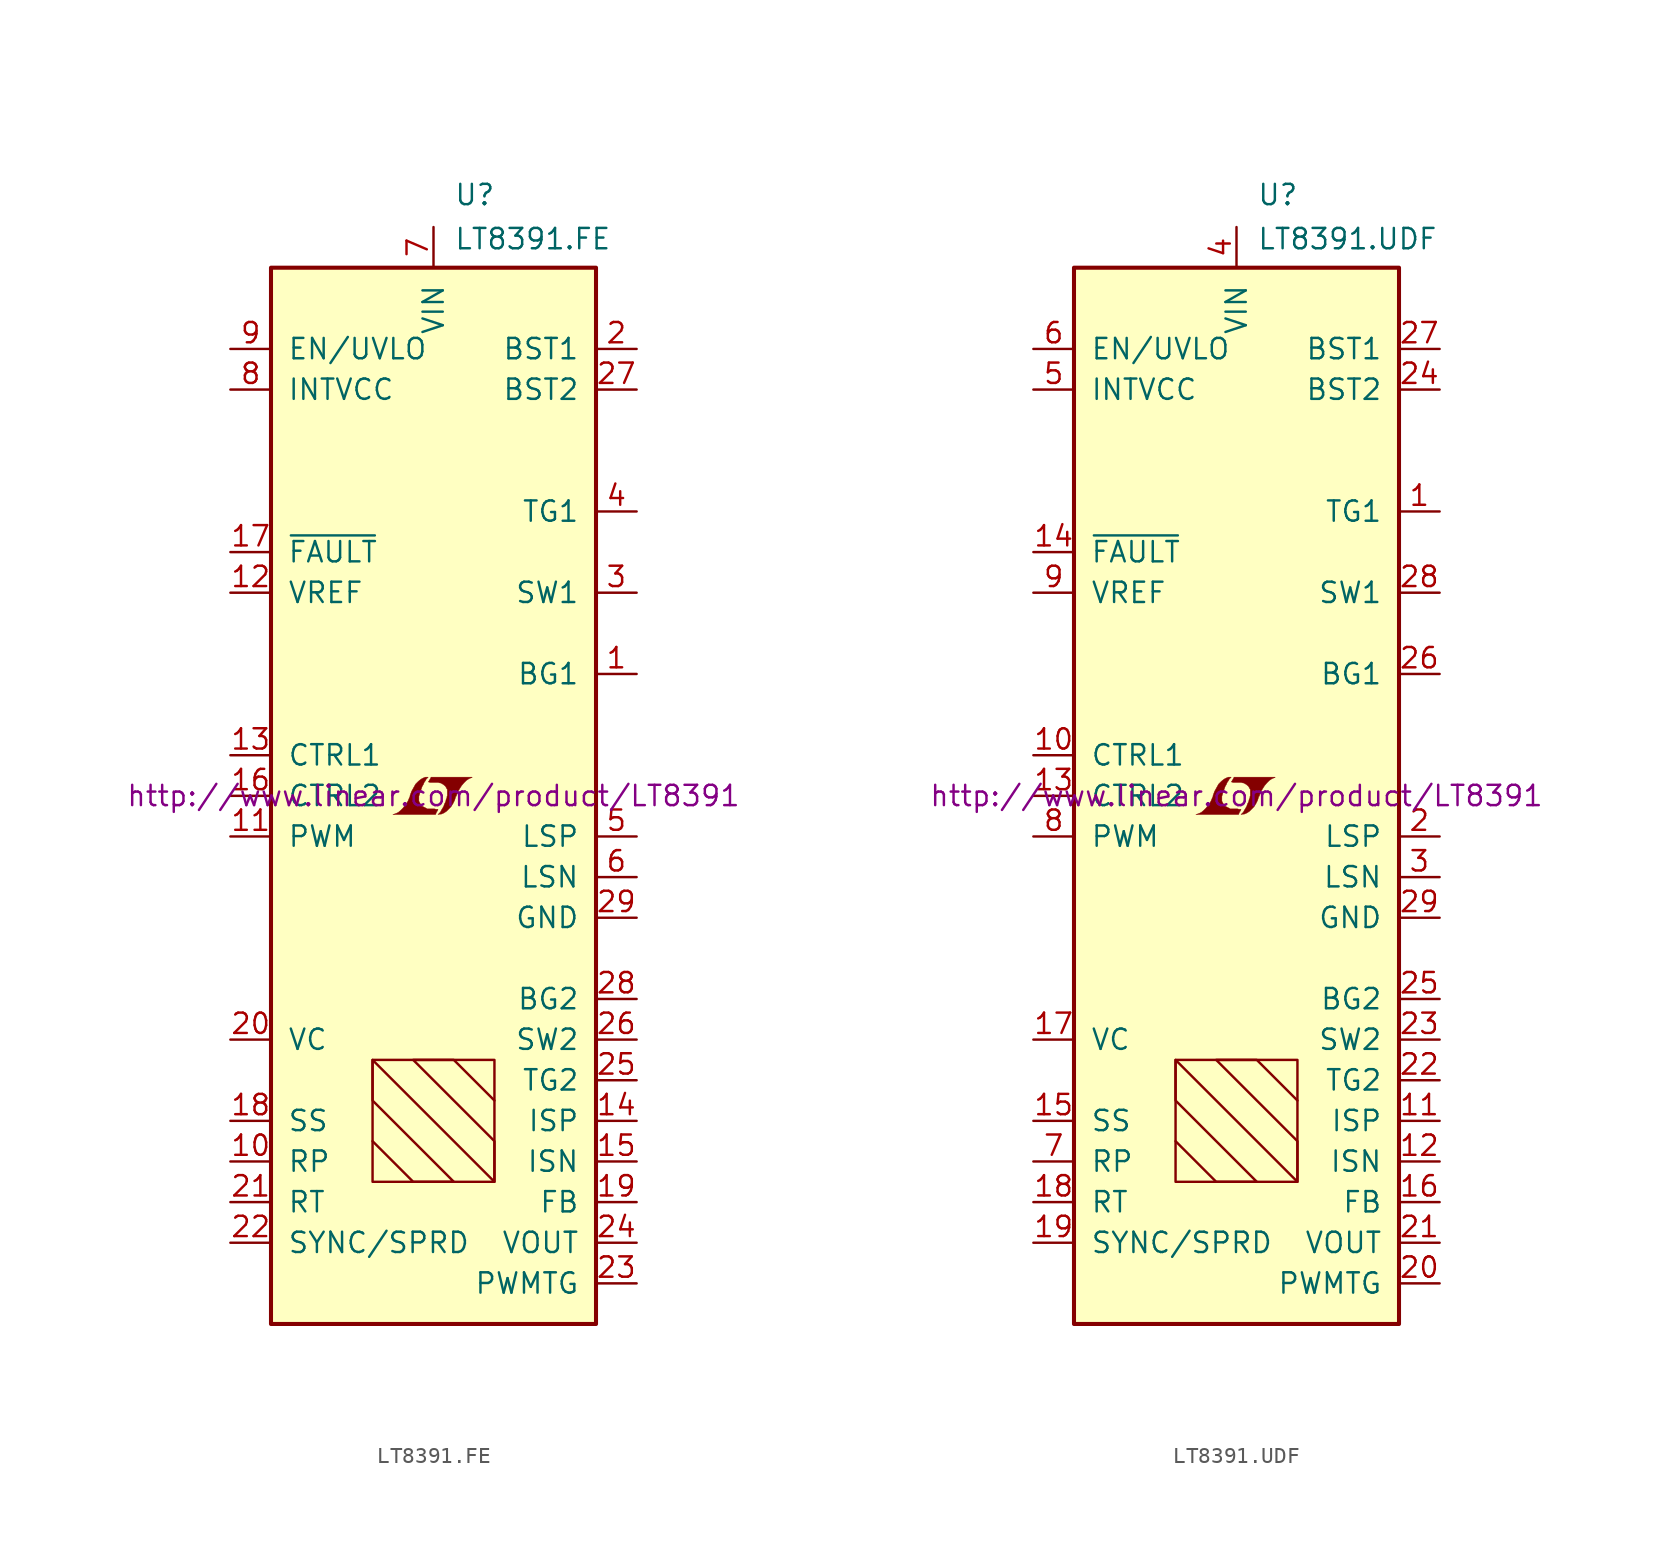
<source format=kicad_sym>
(kicad_symbol_lib
  (version 20201005)
  (generator kicad_symbol_editor)
  (symbol "LT8391.FE"
    (pin_names
      (offset 1.016))
    (property "Reference" "U"
      (at 1.27 36.83 0)
      (effects (font (size 1.27 1.27)) (justify left bottom)))
    (property "Value" "LT8391.FE"
      (at 1.27 35.56 0)
      (effects (font (size 1.27 1.27)) (justify left top)))
    (property "Datasheet" "http://www.linear.com/product/LT8391"
      (at 0 0 0)
      (effects (font (size 1.27 1.27))))
    (symbol "LT8391.FE_0_0"
      (polyline (pts (xy 0.203 -0.991) (xy 0.229 -0.965) (xy 0.279 -0.864) (xy 0.279 -0.838) (xy 0.152 -0.838) (xy 0.051 -0.813) (xy -0.406 -0.813) (xy -0.432 -0.787) (xy -0.686 -0.66) (xy -0.787 -0.559) (xy -0.864 -0.432) (xy -0.914 -0.33) (xy -0.914 -0.025) (xy -0.864 0.127) (xy -0.838 0.229) (xy -0.813 0.305) (xy -0.762 0.432) (xy -0.711 0.584) (xy -0.635 0.711) (xy -0.584 0.838) (xy -0.508 0.94) (xy -0.457 1.041) (xy -0.33 1.168) (xy -0.508 1.168) (xy -0.635 1.118) (xy -0.737 1.067) (xy -0.813 1.016) (xy -0.94 0.914) (xy -1.118 0.737) (xy -1.372 0.279) (xy -1.473 0) (xy -1.473 -0.051) (xy -1.524 -0.152) (xy -1.575 -0.279) (xy -1.626 -0.381) (xy -1.753 -0.559) (xy -1.905 -0.762) (xy -2.057 -0.914) (xy -2.21 -1.041) (xy -2.388 -1.118) (xy -2.54 -1.168) (xy 0.127 -1.168) (xy 0.203 -0.991)) (stroke (width 0.025)) (fill (type outline)))
      (polyline (pts (xy 0.406 -1.143) (xy 0.483 -1.143) (xy 0.66 -1.067) (xy 0.813 -0.965) (xy 1.092 -0.686) (xy 1.219 -0.483) (xy 1.321 -0.279) (xy 1.397 -0.025) (xy 1.422 -0.025) (xy 1.499 0.229) (xy 1.753 0.635) (xy 1.905 0.813) (xy 2.057 0.965) (xy 2.21 1.067) (xy 2.388 1.143) (xy 2.413 1.143) (xy 2.413 1.168) (xy -0.152 1.168) (xy -0.229 1.016) (xy -0.254 0.991) (xy -0.305 0.889) (xy -0.33 0.864) (xy -0.279 0.864) (xy -0.229 0.838) (xy 0.305 0.838) (xy 0.356 0.813) (xy 0.406 0.813) (xy 0.483 0.787) (xy 0.61 0.711) (xy 0.737 0.61) (xy 0.813 0.483) (xy 0.838 0.432) (xy 0.864 0.406) (xy 0.864 0) (xy 0.838 -0.051) (xy 0.838 -0.127) (xy 0.787 -0.229) (xy 0.762 -0.356) (xy 0.686 -0.508) (xy 0.635 -0.66) (xy 0.483 -0.914) (xy 0.432 -1.016) (xy 0.279 -1.168) (xy 0.406 -1.143)) (stroke (width 0.025)) (fill (type outline))))
    (symbol "LT8391.FE_0_1"
      (rectangle (start -10.16 33.02) (end 10.16 -33.02) (stroke (width 0.254)) (fill (type background)))
      (rectangle (start -3.81 -16.51) (end 3.81 -24.13) (stroke (width 0)) (fill (type none)))
      (polyline (pts (xy -3.81 -21.59) (xy -1.27 -24.13) (xy 1.27 -24.13) (xy -3.81 -19.05) (xy -3.81 -16.51) (xy 3.81 -24.13) (xy 3.81 -21.59) (xy -1.27 -16.51) (xy 1.27 -16.51) (xy 3.81 -19.05)) (stroke (width 0)) (fill (type none))))
    (symbol "LT8391.FE_1_1"
      (pin output line (at 12.7 7.62 180) (length 2.54) (name "BG1" (effects (font (size 1.27 1.27)))) (number "1" (effects (font (size 1.27 1.27)))))
      (pin input line (at -12.7 -22.86 0) (length 2.54) (name "RP" (effects (font (size 1.27 1.27)))) (number "10" (effects (font (size 1.27 1.27)))))
      (pin input line (at -12.7 -2.54 0) (length 2.54) (name "PWM" (effects (font (size 1.27 1.27)))) (number "11" (effects (font (size 1.27 1.27)))))
      (pin passive line (at -12.7 12.7 0) (length 2.54) (name "VREF" (effects (font (size 1.27 1.27)))) (number "12" (effects (font (size 1.27 1.27)))))
      (pin input line (at -12.7 2.54 0) (length 2.54) (name "CTRL1" (effects (font (size 1.27 1.27)))) (number "13" (effects (font (size 1.27 1.27)))))
      (pin passive line (at 12.7 -20.32 180) (length 2.54) (name "ISP" (effects (font (size 1.27 1.27)))) (number "14" (effects (font (size 1.27 1.27)))))
      (pin passive line (at 12.7 -22.86 180) (length 2.54) (name "ISN" (effects (font (size 1.27 1.27)))) (number "15" (effects (font (size 1.27 1.27)))))
      (pin input line (at -12.7 0 0) (length 2.54) (name "CTRL2" (effects (font (size 1.27 1.27)))) (number "16" (effects (font (size 1.27 1.27)))))
      (pin open_collector line (at -12.7 15.24 0) (length 2.54) (name "~FAULT~" (effects (font (size 1.27 1.27)))) (number "17" (effects (font (size 1.27 1.27)))))
      (pin passive line (at -12.7 -20.32 0) (length 2.54) (name "SS" (effects (font (size 1.27 1.27)))) (number "18" (effects (font (size 1.27 1.27)))))
      (pin input line (at 12.7 -25.4 180) (length 2.54) (name "FB" (effects (font (size 1.27 1.27)))) (number "19" (effects (font (size 1.27 1.27)))))
      (pin passive line (at 12.7 27.94 180) (length 2.54) (name "BST1" (effects (font (size 1.27 1.27)))) (number "2" (effects (font (size 1.27 1.27)))))
      (pin passive line (at -12.7 -15.24 0) (length 2.54) (name "VC" (effects (font (size 1.27 1.27)))) (number "20" (effects (font (size 1.27 1.27)))))
      (pin passive line (at -12.7 -25.4 0) (length 2.54) (name "RT" (effects (font (size 1.27 1.27)))) (number "21" (effects (font (size 1.27 1.27)))))
      (pin input line (at -12.7 -27.94 0) (length 2.54) (name "SYNC/SPRD" (effects (font (size 1.27 1.27)))) (number "22" (effects (font (size 1.27 1.27)))))
      (pin output line (at 12.7 -30.48 180) (length 2.54) (name "PWMTG" (effects (font (size 1.27 1.27)))) (number "23" (effects (font (size 1.27 1.27)))))
      (pin input line (at 12.7 -27.94 180) (length 2.54) (name "VOUT" (effects (font (size 1.27 1.27)))) (number "24" (effects (font (size 1.27 1.27)))))
      (pin output line (at 12.7 -17.78 180) (length 2.54) (name "TG2" (effects (font (size 1.27 1.27)))) (number "25" (effects (font (size 1.27 1.27)))))
      (pin passive line (at 12.7 -15.24 180) (length 2.54) (name "SW2" (effects (font (size 1.27 1.27)))) (number "26" (effects (font (size 1.27 1.27)))))
      (pin passive line (at 12.7 25.4 180) (length 2.54) (name "BST2" (effects (font (size 1.27 1.27)))) (number "27" (effects (font (size 1.27 1.27)))))
      (pin output line (at 12.7 -12.7 180) (length 2.54) (name "BG2" (effects (font (size 1.27 1.27)))) (number "28" (effects (font (size 1.27 1.27)))))
      (pin power_in line (at 12.7 -7.62 180) (length 2.54) (name "GND" (effects (font (size 1.27 1.27)))) (number "29" (effects (font (size 1.27 1.27)))))
      (pin passive line (at 12.7 12.7 180) (length 2.54) (name "SW1" (effects (font (size 1.27 1.27)))) (number "3" (effects (font (size 1.27 1.27)))))
      (pin output line (at 12.7 17.78 180) (length 2.54) (name "TG1" (effects (font (size 1.27 1.27)))) (number "4" (effects (font (size 1.27 1.27)))))
      (pin passive line (at 12.7 -2.54 180) (length 2.54) (name "LSP" (effects (font (size 1.27 1.27)))) (number "5" (effects (font (size 1.27 1.27)))))
      (pin passive line (at 12.7 -5.08 180) (length 2.54) (name "LSN" (effects (font (size 1.27 1.27)))) (number "6" (effects (font (size 1.27 1.27)))))
      (pin power_in line (at 0 35.56 270) (length 2.54) (name "VIN" (effects (font (size 1.27 1.27)))) (number "7" (effects (font (size 1.27 1.27)))))
      (pin power_out line (at -12.7 25.4 0) (length 2.54) (name "INTVCC" (effects (font (size 1.27 1.27)))) (number "8" (effects (font (size 1.27 1.27)))))
      (pin input line (at -12.7 27.94 0) (length 2.54) (name "EN/UVLO" (effects (font (size 1.27 1.27)))) (number "9" (effects (font (size 1.27 1.27)))))))
  (symbol "LT8391.UDF"
    (pin_names
      (offset 1.016))
    (property "Reference" "U"
      (at 1.27 36.83 0)
      (effects (font (size 1.27 1.27)) (justify left bottom)))
    (property "Value" "LT8391.UDF"
      (at 1.27 35.56 0)
      (effects (font (size 1.27 1.27)) (justify left top)))
    (property "Datasheet" "http://www.linear.com/product/LT8391"
      (at 0 0 0)
      (effects (font (size 1.27 1.27))))
    (symbol "LT8391.UDF_0_0"
      (polyline (pts (xy 0.203 -0.991) (xy 0.229 -0.965) (xy 0.279 -0.864) (xy 0.279 -0.838) (xy 0.152 -0.838) (xy 0.051 -0.813) (xy -0.406 -0.813) (xy -0.432 -0.787) (xy -0.686 -0.66) (xy -0.787 -0.559) (xy -0.864 -0.432) (xy -0.914 -0.33) (xy -0.914 -0.025) (xy -0.864 0.127) (xy -0.838 0.229) (xy -0.813 0.305) (xy -0.762 0.432) (xy -0.711 0.584) (xy -0.635 0.711) (xy -0.584 0.838) (xy -0.508 0.94) (xy -0.457 1.041) (xy -0.33 1.168) (xy -0.508 1.168) (xy -0.635 1.118) (xy -0.737 1.067) (xy -0.813 1.016) (xy -0.94 0.914) (xy -1.118 0.737) (xy -1.372 0.279) (xy -1.473 0) (xy -1.473 -0.051) (xy -1.524 -0.152) (xy -1.575 -0.279) (xy -1.626 -0.381) (xy -1.753 -0.559) (xy -1.905 -0.762) (xy -2.057 -0.914) (xy -2.21 -1.041) (xy -2.388 -1.118) (xy -2.54 -1.168) (xy 0.127 -1.168) (xy 0.203 -0.991)) (stroke (width 0.025)) (fill (type outline)))
      (polyline (pts (xy 0.406 -1.143) (xy 0.483 -1.143) (xy 0.66 -1.067) (xy 0.813 -0.965) (xy 1.092 -0.686) (xy 1.219 -0.483) (xy 1.321 -0.279) (xy 1.397 -0.025) (xy 1.422 -0.025) (xy 1.499 0.229) (xy 1.753 0.635) (xy 1.905 0.813) (xy 2.057 0.965) (xy 2.21 1.067) (xy 2.388 1.143) (xy 2.413 1.143) (xy 2.413 1.168) (xy -0.152 1.168) (xy -0.229 1.016) (xy -0.254 0.991) (xy -0.305 0.889) (xy -0.33 0.864) (xy -0.279 0.864) (xy -0.229 0.838) (xy 0.305 0.838) (xy 0.356 0.813) (xy 0.406 0.813) (xy 0.483 0.787) (xy 0.61 0.711) (xy 0.737 0.61) (xy 0.813 0.483) (xy 0.838 0.432) (xy 0.864 0.406) (xy 0.864 0) (xy 0.838 -0.051) (xy 0.838 -0.127) (xy 0.787 -0.229) (xy 0.762 -0.356) (xy 0.686 -0.508) (xy 0.635 -0.66) (xy 0.483 -0.914) (xy 0.432 -1.016) (xy 0.279 -1.168) (xy 0.406 -1.143)) (stroke (width 0.025)) (fill (type outline))))
    (symbol "LT8391.UDF_0_1"
      (rectangle (start -10.16 33.02) (end 10.16 -33.02) (stroke (width 0.254)) (fill (type background)))
      (rectangle (start -3.81 -16.51) (end 3.81 -24.13) (stroke (width 0)) (fill (type none)))
      (polyline (pts (xy -3.81 -21.59) (xy -1.27 -24.13) (xy 1.27 -24.13) (xy -3.81 -19.05) (xy -3.81 -16.51) (xy 3.81 -24.13) (xy 3.81 -21.59) (xy -1.27 -16.51) (xy 1.27 -16.51) (xy 3.81 -19.05)) (stroke (width 0)) (fill (type none))))
    (symbol "LT8391.UDF_1_1"
      (pin output line (at 12.7 17.78 180) (length 2.54) (name "TG1" (effects (font (size 1.27 1.27)))) (number "1" (effects (font (size 1.27 1.27)))))
      (pin input line (at -12.7 2.54 0) (length 2.54) (name "CTRL1" (effects (font (size 1.27 1.27)))) (number "10" (effects (font (size 1.27 1.27)))))
      (pin passive line (at 12.7 -20.32 180) (length 2.54) (name "ISP" (effects (font (size 1.27 1.27)))) (number "11" (effects (font (size 1.27 1.27)))))
      (pin passive line (at 12.7 -22.86 180) (length 2.54) (name "ISN" (effects (font (size 1.27 1.27)))) (number "12" (effects (font (size 1.27 1.27)))))
      (pin input line (at -12.7 0 0) (length 2.54) (name "CTRL2" (effects (font (size 1.27 1.27)))) (number "13" (effects (font (size 1.27 1.27)))))
      (pin open_collector line (at -12.7 15.24 0) (length 2.54) (name "~FAULT~" (effects (font (size 1.27 1.27)))) (number "14" (effects (font (size 1.27 1.27)))))
      (pin passive line (at -12.7 -20.32 0) (length 2.54) (name "SS" (effects (font (size 1.27 1.27)))) (number "15" (effects (font (size 1.27 1.27)))))
      (pin input line (at 12.7 -25.4 180) (length 2.54) (name "FB" (effects (font (size 1.27 1.27)))) (number "16" (effects (font (size 1.27 1.27)))))
      (pin passive line (at -12.7 -15.24 0) (length 2.54) (name "VC" (effects (font (size 1.27 1.27)))) (number "17" (effects (font (size 1.27 1.27)))))
      (pin passive line (at -12.7 -25.4 0) (length 2.54) (name "RT" (effects (font (size 1.27 1.27)))) (number "18" (effects (font (size 1.27 1.27)))))
      (pin input line (at -12.7 -27.94 0) (length 2.54) (name "SYNC/SPRD" (effects (font (size 1.27 1.27)))) (number "19" (effects (font (size 1.27 1.27)))))
      (pin passive line (at 12.7 -2.54 180) (length 2.54) (name "LSP" (effects (font (size 1.27 1.27)))) (number "2" (effects (font (size 1.27 1.27)))))
      (pin output line (at 12.7 -30.48 180) (length 2.54) (name "PWMTG" (effects (font (size 1.27 1.27)))) (number "20" (effects (font (size 1.27 1.27)))))
      (pin input line (at 12.7 -27.94 180) (length 2.54) (name "VOUT" (effects (font (size 1.27 1.27)))) (number "21" (effects (font (size 1.27 1.27)))))
      (pin output line (at 12.7 -17.78 180) (length 2.54) (name "TG2" (effects (font (size 1.27 1.27)))) (number "22" (effects (font (size 1.27 1.27)))))
      (pin passive line (at 12.7 -15.24 180) (length 2.54) (name "SW2" (effects (font (size 1.27 1.27)))) (number "23" (effects (font (size 1.27 1.27)))))
      (pin passive line (at 12.7 25.4 180) (length 2.54) (name "BST2" (effects (font (size 1.27 1.27)))) (number "24" (effects (font (size 1.27 1.27)))))
      (pin output line (at 12.7 -12.7 180) (length 2.54) (name "BG2" (effects (font (size 1.27 1.27)))) (number "25" (effects (font (size 1.27 1.27)))))
      (pin output line (at 12.7 7.62 180) (length 2.54) (name "BG1" (effects (font (size 1.27 1.27)))) (number "26" (effects (font (size 1.27 1.27)))))
      (pin passive line (at 12.7 27.94 180) (length 2.54) (name "BST1" (effects (font (size 1.27 1.27)))) (number "27" (effects (font (size 1.27 1.27)))))
      (pin passive line (at 12.7 12.7 180) (length 2.54) (name "SW1" (effects (font (size 1.27 1.27)))) (number "28" (effects (font (size 1.27 1.27)))))
      (pin power_in line (at 12.7 -7.62 180) (length 2.54) (name "GND" (effects (font (size 1.27 1.27)))) (number "29" (effects (font (size 1.27 1.27)))))
      (pin passive line (at 12.7 -5.08 180) (length 2.54) (name "LSN" (effects (font (size 1.27 1.27)))) (number "3" (effects (font (size 1.27 1.27)))))
      (pin power_in line (at 0 35.56 270) (length 2.54) (name "VIN" (effects (font (size 1.27 1.27)))) (number "4" (effects (font (size 1.27 1.27)))))
      (pin power_out line (at -12.7 25.4 0) (length 2.54) (name "INTVCC" (effects (font (size 1.27 1.27)))) (number "5" (effects (font (size 1.27 1.27)))))
      (pin input line (at -12.7 27.94 0) (length 2.54) (name "EN/UVLO" (effects (font (size 1.27 1.27)))) (number "6" (effects (font (size 1.27 1.27)))))
      (pin input line (at -12.7 -22.86 0) (length 2.54) (name "RP" (effects (font (size 1.27 1.27)))) (number "7" (effects (font (size 1.27 1.27)))))
      (pin input line (at -12.7 -2.54 0) (length 2.54) (name "PWM" (effects (font (size 1.27 1.27)))) (number "8" (effects (font (size 1.27 1.27)))))
      (pin passive line (at -12.7 12.7 0) (length 2.54) (name "VREF" (effects (font (size 1.27 1.27)))) (number "9" (effects (font (size 1.27 1.27))))))))
</source>
